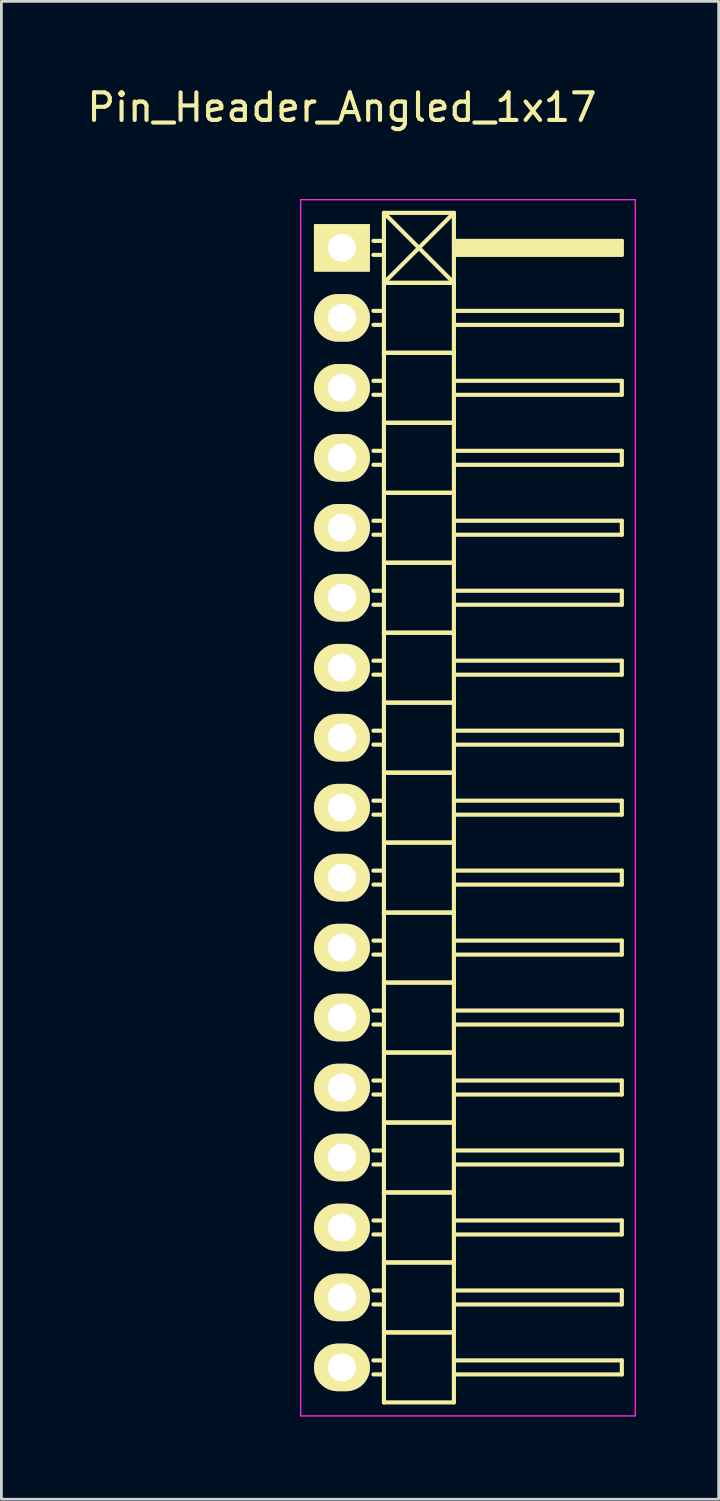
<source format=kicad_pcb>
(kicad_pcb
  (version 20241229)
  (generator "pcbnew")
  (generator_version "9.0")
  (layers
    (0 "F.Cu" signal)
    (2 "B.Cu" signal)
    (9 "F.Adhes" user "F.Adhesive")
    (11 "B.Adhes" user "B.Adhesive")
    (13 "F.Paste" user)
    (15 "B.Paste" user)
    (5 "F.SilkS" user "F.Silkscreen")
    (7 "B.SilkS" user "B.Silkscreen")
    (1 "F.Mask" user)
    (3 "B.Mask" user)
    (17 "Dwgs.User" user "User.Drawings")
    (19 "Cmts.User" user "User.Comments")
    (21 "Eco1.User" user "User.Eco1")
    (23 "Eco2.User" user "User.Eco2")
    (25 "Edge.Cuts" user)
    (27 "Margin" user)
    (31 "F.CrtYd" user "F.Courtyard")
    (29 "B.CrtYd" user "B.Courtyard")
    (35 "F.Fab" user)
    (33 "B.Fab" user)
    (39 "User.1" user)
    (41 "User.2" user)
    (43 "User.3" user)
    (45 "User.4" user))
  (footprint "Pin_Header_Angled_1x17"
    (layer "F.Cu")
    (at 9.363 5.948)
    (property "Reference" "Pin_Header_Angled_1x17" (at 0 -5.1 0) (layer "F.SilkS") (effects (font (size 1 1) (thickness 0.15))))
    (attr through_hole)
    (fp_line (start 1.524 -1.27) (end 1.524 1.27) (stroke (width 0.15) (type solid)) (layer "F.SilkS"))
    (fp_line (start 1.524 -1.27) (end 4.064 -1.27) (stroke (width 0.15) (type solid)) (layer "F.SilkS"))
    (fp_line (start 1.524 -0.254) (end 1.143 -0.254) (stroke (width 0.15) (type solid)) (layer "F.SilkS"))
    (fp_line (start 1.524 0.254) (end 1.143 0.254) (stroke (width 0.15) (type solid)) (layer "F.SilkS"))
    (fp_line (start 1.524 1.27) (end 1.524 3.81) (stroke (width 0.15) (type solid)) (layer "F.SilkS"))
    (fp_line (start 1.524 1.27) (end 4.064 1.27) (stroke (width 0.15) (type solid)) (layer "F.SilkS"))
    (fp_line (start 1.524 1.27) (end 4.064 1.27) (stroke (width 0.15) (type solid)) (layer "F.SilkS"))
    (fp_line (start 1.524 2.286) (end 1.143 2.286) (stroke (width 0.15) (type solid)) (layer "F.SilkS"))
    (fp_line (start 1.524 2.794) (end 1.143 2.794) (stroke (width 0.15) (type solid)) (layer "F.SilkS"))
    (fp_line (start 1.524 3.81) (end 1.524 6.35) (stroke (width 0.15) (type solid)) (layer "F.SilkS"))
    (fp_line (start 1.524 3.81) (end 4.064 3.81) (stroke (width 0.15) (type solid)) (layer "F.SilkS"))
    (fp_line (start 1.524 3.81) (end 4.064 3.81) (stroke (width 0.15) (type solid)) (layer "F.SilkS"))
    (fp_line (start 1.524 4.826) (end 1.143 4.826) (stroke (width 0.15) (type solid)) (layer "F.SilkS"))
    (fp_line (start 1.524 5.334) (end 1.143 5.334) (stroke (width 0.15) (type solid)) (layer "F.SilkS"))
    (fp_line (start 1.524 6.35) (end 1.524 8.89) (stroke (width 0.15) (type solid)) (layer "F.SilkS"))
    (fp_line (start 1.524 6.35) (end 4.064 6.35) (stroke (width 0.15) (type solid)) (layer "F.SilkS"))
    (fp_line (start 1.524 6.35) (end 4.064 6.35) (stroke (width 0.15) (type solid)) (layer "F.SilkS"))
    (fp_line (start 1.524 7.366) (end 1.143 7.366) (stroke (width 0.15) (type solid)) (layer "F.SilkS"))
    (fp_line (start 1.524 7.874) (end 1.143 7.874) (stroke (width 0.15) (type solid)) (layer "F.SilkS"))
    (fp_line (start 1.524 8.89) (end 1.524 11.43) (stroke (width 0.15) (type solid)) (layer "F.SilkS"))
    (fp_line (start 1.524 8.89) (end 4.064 8.89) (stroke (width 0.15) (type solid)) (layer "F.SilkS"))
    (fp_line (start 1.524 8.89) (end 4.064 8.89) (stroke (width 0.15) (type solid)) (layer "F.SilkS"))
    (fp_line (start 1.524 9.906) (end 1.143 9.906) (stroke (width 0.15) (type solid)) (layer "F.SilkS"))
    (fp_line (start 1.524 10.414) (end 1.143 10.414) (stroke (width 0.15) (type solid)) (layer "F.SilkS"))
    (fp_line (start 1.524 11.43) (end 1.524 13.97) (stroke (width 0.15) (type solid)) (layer "F.SilkS"))
    (fp_line (start 1.524 11.43) (end 4.064 11.43) (stroke (width 0.15) (type solid)) (layer "F.SilkS"))
    (fp_line (start 1.524 11.43) (end 4.064 11.43) (stroke (width 0.15) (type solid)) (layer "F.SilkS"))
    (fp_line (start 1.524 12.446) (end 1.143 12.446) (stroke (width 0.15) (type solid)) (layer "F.SilkS"))
    (fp_line (start 1.524 12.954) (end 1.143 12.954) (stroke (width 0.15) (type solid)) (layer "F.SilkS"))
    (fp_line (start 1.524 13.97) (end 1.524 16.51) (stroke (width 0.15) (type solid)) (layer "F.SilkS"))
    (fp_line (start 1.524 13.97) (end 4.064 13.97) (stroke (width 0.15) (type solid)) (layer "F.SilkS"))
    (fp_line (start 1.524 13.97) (end 4.064 13.97) (stroke (width 0.15) (type solid)) (layer "F.SilkS"))
    (fp_line (start 1.524 14.986) (end 1.143 14.986) (stroke (width 0.15) (type solid)) (layer "F.SilkS"))
    (fp_line (start 1.524 15.494) (end 1.143 15.494) (stroke (width 0.15) (type solid)) (layer "F.SilkS"))
    (fp_line (start 1.524 16.51) (end 1.524 19.05) (stroke (width 0.15) (type solid)) (layer "F.SilkS"))
    (fp_line (start 1.524 16.51) (end 4.064 16.51) (stroke (width 0.15) (type solid)) (layer "F.SilkS"))
    (fp_line (start 1.524 16.51) (end 4.064 16.51) (stroke (width 0.15) (type solid)) (layer "F.SilkS"))
    (fp_line (start 1.524 17.526) (end 1.143 17.526) (stroke (width 0.15) (type solid)) (layer "F.SilkS"))
    (fp_line (start 1.524 18.034) (end 1.143 18.034) (stroke (width 0.15) (type solid)) (layer "F.SilkS"))
    (fp_line (start 1.524 19.05) (end 1.524 21.59) (stroke (width 0.15) (type solid)) (layer "F.SilkS"))
    (fp_line (start 1.524 19.05) (end 4.064 19.05) (stroke (width 0.15) (type solid)) (layer "F.SilkS"))
    (fp_line (start 1.524 19.05) (end 4.064 19.05) (stroke (width 0.15) (type solid)) (layer "F.SilkS"))
    (fp_line (start 1.524 20.066) (end 1.143 20.066) (stroke (width 0.15) (type solid)) (layer "F.SilkS"))
    (fp_line (start 1.524 20.574) (end 1.143 20.574) (stroke (width 0.15) (type solid)) (layer "F.SilkS"))
    (fp_line (start 1.524 21.59) (end 1.524 24.13) (stroke (width 0.15) (type solid)) (layer "F.SilkS"))
    (fp_line (start 1.524 21.59) (end 4.064 21.59) (stroke (width 0.15) (type solid)) (layer "F.SilkS"))
    (fp_line (start 1.524 21.59) (end 4.064 21.59) (stroke (width 0.15) (type solid)) (layer "F.SilkS"))
    (fp_line (start 1.524 22.606) (end 1.143 22.606) (stroke (width 0.15) (type solid)) (layer "F.SilkS"))
    (fp_line (start 1.524 23.114) (end 1.143 23.114) (stroke (width 0.15) (type solid)) (layer "F.SilkS"))
    (fp_line (start 1.524 24.13) (end 1.524 26.67) (stroke (width 0.15) (type solid)) (layer "F.SilkS"))
    (fp_line (start 1.524 24.13) (end 4.064 24.13) (stroke (width 0.15) (type solid)) (layer "F.SilkS"))
    (fp_line (start 1.524 24.13) (end 4.064 24.13) (stroke (width 0.15) (type solid)) (layer "F.SilkS"))
    (fp_line (start 1.524 25.146) (end 1.143 25.146) (stroke (width 0.15) (type solid)) (layer "F.SilkS"))
    (fp_line (start 1.524 25.654) (end 1.143 25.654) (stroke (width 0.15) (type solid)) (layer "F.SilkS"))
    (fp_line (start 1.524 26.67) (end 1.524 29.21) (stroke (width 0.15) (type solid)) (layer "F.SilkS"))
    (fp_line (start 1.524 26.67) (end 4.064 26.67) (stroke (width 0.15) (type solid)) (layer "F.SilkS"))
    (fp_line (start 1.524 26.67) (end 4.064 26.67) (stroke (width 0.15) (type solid)) (layer "F.SilkS"))
    (fp_line (start 1.524 27.686) (end 1.143 27.686) (stroke (width 0.15) (type solid)) (layer "F.SilkS"))
    (fp_line (start 1.524 28.194) (end 1.143 28.194) (stroke (width 0.15) (type solid)) (layer "F.SilkS"))
    (fp_line (start 1.524 29.21) (end 1.524 31.75) (stroke (width 0.15) (type solid)) (layer "F.SilkS"))
    (fp_line (start 1.524 29.21) (end 4.064 29.21) (stroke (width 0.15) (type solid)) (layer "F.SilkS"))
    (fp_line (start 1.524 29.21) (end 4.064 29.21) (stroke (width 0.15) (type solid)) (layer "F.SilkS"))
    (fp_line (start 1.524 30.226) (end 1.143 30.226) (stroke (width 0.15) (type solid)) (layer "F.SilkS"))
    (fp_line (start 1.524 30.734) (end 1.143 30.734) (stroke (width 0.15) (type solid)) (layer "F.SilkS"))
    (fp_line (start 1.524 31.75) (end 1.524 34.29) (stroke (width 0.15) (type solid)) (layer "F.SilkS"))
    (fp_line (start 1.524 31.75) (end 4.064 31.75) (stroke (width 0.15) (type solid)) (layer "F.SilkS"))
    (fp_line (start 1.524 31.75) (end 4.064 31.75) (stroke (width 0.15) (type solid)) (layer "F.SilkS"))
    (fp_line (start 1.524 32.766) (end 1.143 32.766) (stroke (width 0.15) (type solid)) (layer "F.SilkS"))
    (fp_line (start 1.524 33.274) (end 1.143 33.274) (stroke (width 0.15) (type solid)) (layer "F.SilkS"))
    (fp_line (start 1.524 34.29) (end 1.524 36.83) (stroke (width 0.15) (type solid)) (layer "F.SilkS"))
    (fp_line (start 1.524 34.29) (end 4.064 34.29) (stroke (width 0.15) (type solid)) (layer "F.SilkS"))
    (fp_line (start 1.524 34.29) (end 4.064 34.29) (stroke (width 0.15) (type solid)) (layer "F.SilkS"))
    (fp_line (start 1.524 35.306) (end 1.143 35.306) (stroke (width 0.15) (type solid)) (layer "F.SilkS"))
    (fp_line (start 1.524 35.814) (end 1.143 35.814) (stroke (width 0.15) (type solid)) (layer "F.SilkS"))
    (fp_line (start 1.524 36.83) (end 1.524 39.37) (stroke (width 0.15) (type solid)) (layer "F.SilkS"))
    (fp_line (start 1.524 36.83) (end 4.064 36.83) (stroke (width 0.15) (type solid)) (layer "F.SilkS"))
    (fp_line (start 1.524 36.83) (end 4.064 36.83) (stroke (width 0.15) (type solid)) (layer "F.SilkS"))
    (fp_line (start 1.524 37.846) (end 1.143 37.846) (stroke (width 0.15) (type solid)) (layer "F.SilkS"))
    (fp_line (start 1.524 38.354) (end 1.143 38.354) (stroke (width 0.15) (type solid)) (layer "F.SilkS"))
    (fp_line (start 1.524 39.37) (end 1.524 41.91) (stroke (width 0.15) (type solid)) (layer "F.SilkS"))
    (fp_line (start 1.524 39.37) (end 4.064 39.37) (stroke (width 0.15) (type solid)) (layer "F.SilkS"))
    (fp_line (start 1.524 39.37) (end 4.064 39.37) (stroke (width 0.15) (type solid)) (layer "F.SilkS"))
    (fp_line (start 1.524 40.386) (end 1.143 40.386) (stroke (width 0.15) (type solid)) (layer "F.SilkS"))
    (fp_line (start 1.524 40.894) (end 1.143 40.894) (stroke (width 0.15) (type solid)) (layer "F.SilkS"))
    (fp_line (start 1.524 41.91) (end 4.064 41.91) (stroke (width 0.15) (type solid)) (layer "F.SilkS"))
    (fp_line (start 4.064 -1.27) (end 1.524 1.27) (stroke (width 0.15) (type solid)) (layer "F.SilkS"))
    (fp_line (start 4.064 -0.254) (end 10.16 -0.254) (stroke (width 0.15) (type solid)) (layer "F.SilkS"))
    (fp_line (start 4.064 1.27) (end 1.524 -1.27) (stroke (width 0.15) (type solid)) (layer "F.SilkS"))
    (fp_line (start 4.064 1.27) (end 4.064 -1.27) (stroke (width 0.15) (type solid)) (layer "F.SilkS"))
    (fp_line (start 4.064 2.286) (end 10.16 2.286) (stroke (width 0.15) (type solid)) (layer "F.SilkS"))
    (fp_line (start 4.064 3.81) (end 4.064 1.27) (stroke (width 0.15) (type solid)) (layer "F.SilkS"))
    (fp_line (start 4.064 4.826) (end 10.16 4.826) (stroke (width 0.15) (type solid)) (layer "F.SilkS"))
    (fp_line (start 4.064 6.35) (end 4.064 3.81) (stroke (width 0.15) (type solid)) (layer "F.SilkS"))
    (fp_line (start 4.064 7.366) (end 10.16 7.366) (stroke (width 0.15) (type solid)) (layer "F.SilkS"))
    (fp_line (start 4.064 8.89) (end 4.064 6.35) (stroke (width 0.15) (type solid)) (layer "F.SilkS"))
    (fp_line (start 4.064 9.906) (end 10.16 9.906) (stroke (width 0.15) (type solid)) (layer "F.SilkS"))
    (fp_line (start 4.064 11.43) (end 4.064 8.89) (stroke (width 0.15) (type solid)) (layer "F.SilkS"))
    (fp_line (start 4.064 12.446) (end 10.16 12.446) (stroke (width 0.15) (type solid)) (layer "F.SilkS"))
    (fp_line (start 4.064 13.97) (end 4.064 11.43) (stroke (width 0.15) (type solid)) (layer "F.SilkS"))
    (fp_line (start 4.064 14.986) (end 10.16 14.986) (stroke (width 0.15) (type solid)) (layer "F.SilkS"))
    (fp_line (start 4.064 16.51) (end 4.064 13.97) (stroke (width 0.15) (type solid)) (layer "F.SilkS"))
    (fp_line (start 4.064 17.526) (end 10.16 17.526) (stroke (width 0.15) (type solid)) (layer "F.SilkS"))
    (fp_line (start 4.064 19.05) (end 4.064 16.51) (stroke (width 0.15) (type solid)) (layer "F.SilkS"))
    (fp_line (start 4.064 20.066) (end 10.16 20.066) (stroke (width 0.15) (type solid)) (layer "F.SilkS"))
    (fp_line (start 4.064 21.59) (end 4.064 19.05) (stroke (width 0.15) (type solid)) (layer "F.SilkS"))
    (fp_line (start 4.064 22.606) (end 10.16 22.606) (stroke (width 0.15) (type solid)) (layer "F.SilkS"))
    (fp_line (start 4.064 24.13) (end 4.064 21.59) (stroke (width 0.15) (type solid)) (layer "F.SilkS"))
    (fp_line (start 4.064 25.146) (end 10.16 25.146) (stroke (width 0.15) (type solid)) (layer "F.SilkS"))
    (fp_line (start 4.064 26.67) (end 4.064 24.13) (stroke (width 0.15) (type solid)) (layer "F.SilkS"))
    (fp_line (start 4.064 27.686) (end 10.16 27.686) (stroke (width 0.15) (type solid)) (layer "F.SilkS"))
    (fp_line (start 4.064 29.21) (end 4.064 26.67) (stroke (width 0.15) (type solid)) (layer "F.SilkS"))
    (fp_line (start 4.064 30.226) (end 10.16 30.226) (stroke (width 0.15) (type solid)) (layer "F.SilkS"))
    (fp_line (start 4.064 31.75) (end 4.064 29.21) (stroke (width 0.15) (type solid)) (layer "F.SilkS"))
    (fp_line (start 4.064 32.766) (end 10.16 32.766) (stroke (width 0.15) (type solid)) (layer "F.SilkS"))
    (fp_line (start 4.064 34.29) (end 4.064 31.75) (stroke (width 0.15) (type solid)) (layer "F.SilkS"))
    (fp_line (start 4.064 35.306) (end 10.16 35.306) (stroke (width 0.15) (type solid)) (layer "F.SilkS"))
    (fp_line (start 4.064 36.83) (end 4.064 34.29) (stroke (width 0.15) (type solid)) (layer "F.SilkS"))
    (fp_line (start 4.064 37.846) (end 10.16 37.846) (stroke (width 0.15) (type solid)) (layer "F.SilkS"))
    (fp_line (start 4.064 39.37) (end 4.064 36.83) (stroke (width 0.15) (type solid)) (layer "F.SilkS"))
    (fp_line (start 4.064 40.386) (end 10.16 40.386) (stroke (width 0.15) (type solid)) (layer "F.SilkS"))
    (fp_line (start 4.064 41.91) (end 4.064 39.37) (stroke (width 0.15) (type solid)) (layer "F.SilkS"))
    (fp_line (start 4.191 -0.127) (end 10.033 -0.127) (stroke (width 0.15) (type solid)) (layer "F.SilkS"))
    (fp_line (start 4.191 0) (end 10.033 0) (stroke (width 0.15) (type solid)) (layer "F.SilkS"))
    (fp_line (start 4.191 0.127) (end 4.191 0) (stroke (width 0.15) (type solid)) (layer "F.SilkS"))
    (fp_line (start 10.033 -0.127) (end 10.033 0.127) (stroke (width 0.15) (type solid)) (layer "F.SilkS"))
    (fp_line (start 10.033 0.127) (end 4.191 0.127) (stroke (width 0.15) (type solid)) (layer "F.SilkS"))
    (fp_line (start 10.16 -0.254) (end 10.16 0.254) (stroke (width 0.15) (type solid)) (layer "F.SilkS"))
    (fp_line (start 10.16 0.254) (end 4.064 0.254) (stroke (width 0.15) (type solid)) (layer "F.SilkS"))
    (fp_line (start 10.16 2.286) (end 10.16 2.794) (stroke (width 0.15) (type solid)) (layer "F.SilkS"))
    (fp_line (start 10.16 2.794) (end 4.064 2.794) (stroke (width 0.15) (type solid)) (layer "F.SilkS"))
    (fp_line (start 10.16 4.826) (end 10.16 5.334) (stroke (width 0.15) (type solid)) (layer "F.SilkS"))
    (fp_line (start 10.16 5.334) (end 4.064 5.334) (stroke (width 0.15) (type solid)) (layer "F.SilkS"))
    (fp_line (start 10.16 7.366) (end 10.16 7.874) (stroke (width 0.15) (type solid)) (layer "F.SilkS"))
    (fp_line (start 10.16 7.874) (end 4.064 7.874) (stroke (width 0.15) (type solid)) (layer "F.SilkS"))
    (fp_line (start 10.16 9.906) (end 10.16 10.414) (stroke (width 0.15) (type solid)) (layer "F.SilkS"))
    (fp_line (start 10.16 10.414) (end 4.064 10.414) (stroke (width 0.15) (type solid)) (layer "F.SilkS"))
    (fp_line (start 10.16 12.446) (end 10.16 12.954) (stroke (width 0.15) (type solid)) (layer "F.SilkS"))
    (fp_line (start 10.16 12.954) (end 4.064 12.954) (stroke (width 0.15) (type solid)) (layer "F.SilkS"))
    (fp_line (start 10.16 14.986) (end 10.16 15.494) (stroke (width 0.15) (type solid)) (layer "F.SilkS"))
    (fp_line (start 10.16 15.494) (end 4.064 15.494) (stroke (width 0.15) (type solid)) (layer "F.SilkS"))
    (fp_line (start 10.16 17.526) (end 10.16 18.034) (stroke (width 0.15) (type solid)) (layer "F.SilkS"))
    (fp_line (start 10.16 18.034) (end 4.064 18.034) (stroke (width 0.15) (type solid)) (layer "F.SilkS"))
    (fp_line (start 10.16 20.066) (end 10.16 20.574) (stroke (width 0.15) (type solid)) (layer "F.SilkS"))
    (fp_line (start 10.16 20.574) (end 4.064 20.574) (stroke (width 0.15) (type solid)) (layer "F.SilkS"))
    (fp_line (start 10.16 22.606) (end 10.16 23.114) (stroke (width 0.15) (type solid)) (layer "F.SilkS"))
    (fp_line (start 10.16 23.114) (end 4.064 23.114) (stroke (width 0.15) (type solid)) (layer "F.SilkS"))
    (fp_line (start 10.16 25.146) (end 10.16 25.654) (stroke (width 0.15) (type solid)) (layer "F.SilkS"))
    (fp_line (start 10.16 25.654) (end 4.064 25.654) (stroke (width 0.15) (type solid)) (layer "F.SilkS"))
    (fp_line (start 10.16 27.686) (end 10.16 28.194) (stroke (width 0.15) (type solid)) (layer "F.SilkS"))
    (fp_line (start 10.16 28.194) (end 4.064 28.194) (stroke (width 0.15) (type solid)) (layer "F.SilkS"))
    (fp_line (start 10.16 30.226) (end 10.16 30.734) (stroke (width 0.15) (type solid)) (layer "F.SilkS"))
    (fp_line (start 10.16 30.734) (end 4.064 30.734) (stroke (width 0.15) (type solid)) (layer "F.SilkS"))
    (fp_line (start 10.16 32.766) (end 10.16 33.274) (stroke (width 0.15) (type solid)) (layer "F.SilkS"))
    (fp_line (start 10.16 33.274) (end 4.064 33.274) (stroke (width 0.15) (type solid)) (layer "F.SilkS"))
    (fp_line (start 10.16 35.306) (end 10.16 35.814) (stroke (width 0.15) (type solid)) (layer "F.SilkS"))
    (fp_line (start 10.16 35.814) (end 4.064 35.814) (stroke (width 0.15) (type solid)) (layer "F.SilkS"))
    (fp_line (start 10.16 37.846) (end 10.16 38.354) (stroke (width 0.15) (type solid)) (layer "F.SilkS"))
    (fp_line (start 10.16 38.354) (end 4.064 38.354) (stroke (width 0.15) (type solid)) (layer "F.SilkS"))
    (fp_line (start 10.16 40.386) (end 10.16 40.894) (stroke (width 0.15) (type solid)) (layer "F.SilkS"))
    (fp_line (start 10.16 40.894) (end 4.064 40.894) (stroke (width 0.15) (type solid)) (layer "F.SilkS"))
    (fp_line (start -1.5 -1.75) (end -1.5 42.4) (stroke (width 0.05) (type solid)) (layer "F.CrtYd"))
    (fp_line (start -1.5 -1.75) (end 10.65 -1.75) (stroke (width 0.05) (type solid)) (layer "F.CrtYd"))
    (fp_line (start -1.5 42.4) (end 10.65 42.4) (stroke (width 0.05) (type solid)) (layer "F.CrtYd"))
    (fp_line (start 10.65 -1.75) (end 10.65 42.4) (stroke (width 0.05) (type solid)) (layer "F.CrtYd"))
    (pad "1" thru_hole rect (at 0 0) (size 2.032 1.727) (drill 1.016) (layers "*.Cu" "*.Mask" "F.SilkS"))
    (pad "2" thru_hole oval (at 0 2.54) (size 2.032 1.727) (drill 1.016) (layers "*.Cu" "*.Mask" "F.SilkS"))
    (pad "3" thru_hole oval (at 0 5.08) (size 2.032 1.727) (drill 1.016) (layers "*.Cu" "*.Mask" "F.SilkS"))
    (pad "4" thru_hole oval (at 0 7.62) (size 2.032 1.727) (drill 1.016) (layers "*.Cu" "*.Mask" "F.SilkS"))
    (pad "5" thru_hole oval (at 0 10.16) (size 2.032 1.727) (drill 1.016) (layers "*.Cu" "*.Mask" "F.SilkS"))
    (pad "6" thru_hole oval (at 0 12.7) (size 2.032 1.727) (drill 1.016) (layers "*.Cu" "*.Mask" "F.SilkS"))
    (pad "7" thru_hole oval (at 0 15.24) (size 2.032 1.727) (drill 1.016) (layers "*.Cu" "*.Mask" "F.SilkS"))
    (pad "8" thru_hole oval (at 0 17.78) (size 2.032 1.727) (drill 1.016) (layers "*.Cu" "*.Mask" "F.SilkS"))
    (pad "9" thru_hole oval (at 0 20.32) (size 2.032 1.727) (drill 1.016) (layers "*.Cu" "*.Mask" "F.SilkS"))
    (pad "10" thru_hole oval (at 0 22.86) (size 2.032 1.727) (drill 1.016) (layers "*.Cu" "*.Mask" "F.SilkS"))
    (pad "11" thru_hole oval (at 0 25.4) (size 2.032 1.727) (drill 1.016) (layers "*.Cu" "*.Mask" "F.SilkS"))
    (pad "12" thru_hole oval (at 0 27.94) (size 2.032 1.727) (drill 1.016) (layers "*.Cu" "*.Mask" "F.SilkS"))
    (pad "13" thru_hole oval (at 0 30.48) (size 2.032 1.727) (drill 1.016) (layers "*.Cu" "*.Mask" "F.SilkS"))
    (pad "14" thru_hole oval (at 0 33.02) (size 2.032 1.727) (drill 1.016) (layers "*.Cu" "*.Mask" "F.SilkS"))
    (pad "15" thru_hole oval (at 0 35.56) (size 2.032 1.727) (drill 1.016) (layers "*.Cu" "*.Mask" "F.SilkS"))
    (pad "16" thru_hole oval (at 0 38.1) (size 2.032 1.727) (drill 1.016) (layers "*.Cu" "*.Mask" "F.SilkS"))
    (pad "17" thru_hole oval (at 0 40.64) (size 2.032 1.727) (drill 1.016) (layers "*.Cu" "*.Mask" "F.SilkS")))
  (gr_rect
    (start -3 -3)
    (end 23.038 51.373)
    (stroke (width 0.1) (type default))
    (fill no)
    (layer "Edge.Cuts")))
</source>
